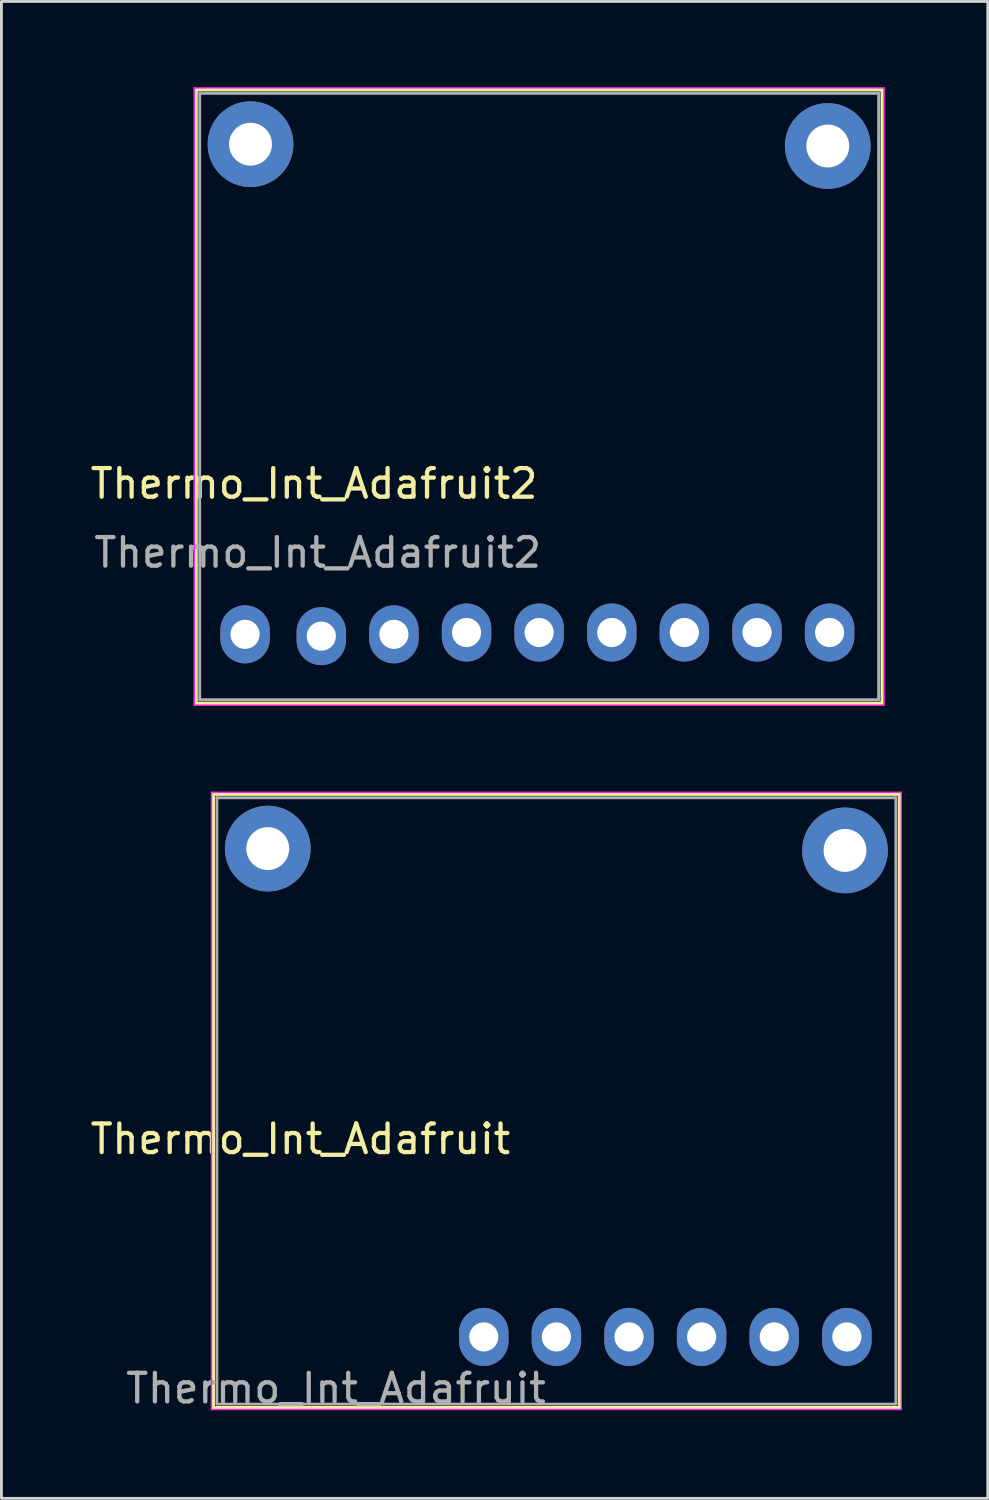
<source format=kicad_pcb>
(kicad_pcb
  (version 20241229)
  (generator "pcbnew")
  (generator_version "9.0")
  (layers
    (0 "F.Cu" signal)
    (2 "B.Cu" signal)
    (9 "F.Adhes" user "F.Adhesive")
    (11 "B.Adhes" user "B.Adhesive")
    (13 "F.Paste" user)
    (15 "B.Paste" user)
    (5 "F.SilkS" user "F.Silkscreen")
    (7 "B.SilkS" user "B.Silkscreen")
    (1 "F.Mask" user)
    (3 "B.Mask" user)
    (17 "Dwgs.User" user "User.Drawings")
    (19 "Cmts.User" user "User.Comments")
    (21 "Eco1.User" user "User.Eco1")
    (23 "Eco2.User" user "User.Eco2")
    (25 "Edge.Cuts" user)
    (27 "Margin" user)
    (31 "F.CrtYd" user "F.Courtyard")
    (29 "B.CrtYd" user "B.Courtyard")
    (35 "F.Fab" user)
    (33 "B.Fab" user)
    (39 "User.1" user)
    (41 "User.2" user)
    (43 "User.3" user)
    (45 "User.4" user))
  (footprint "Thermo_Int_Adafruit2"
    (layer "F.Cu")
    (at 5.649 19.075)
    (property "Reference" "Thermo_Int_Adafruit2" (at 2.286 -5.207 0) (layer "F.SilkS") (effects (font (size 1 1) (thickness 0.15))))
    (attr through_hole)
    (fp_line (start -1.841 -18.986) (end -1.841 2.477) (stroke (width 0.12) (type solid)) (layer "F.SilkS"))
    (fp_line (start -1.841 -18.986) (end 22.162 -18.986) (stroke (width 0.12) (type solid)) (layer "F.SilkS"))
    (fp_line (start 22.162 2.477) (end -1.768 2.477) (stroke (width 0.12) (type solid)) (layer "F.SilkS"))
    (fp_line (start 22.162 2.477) (end 22.162 -18.986) (stroke (width 0.12) (type solid)) (layer "F.SilkS"))
    (fp_line (start -1.905 2.54) (end -1.905 -19.05) (stroke (width 0.05) (type solid)) (layer "F.CrtYd"))
    (fp_line (start -1.905 2.54) (end 22.225 2.54) (stroke (width 0.05) (type solid)) (layer "F.CrtYd"))
    (fp_line (start 22.225 -19.05) (end -1.905 -19.05) (stroke (width 0.05) (type solid)) (layer "F.CrtYd"))
    (fp_line (start 22.225 -19.05) (end 22.225 2.54) (stroke (width 0.05) (type solid)) (layer "F.CrtYd"))
    (fp_line (start -1.714 -18.86) (end -1.714 2.349) (stroke (width 0.1) (type solid)) (layer "F.Fab"))
    (fp_line (start -1.714 -18.86) (end 22.035 -18.86) (stroke (width 0.1) (type solid)) (layer "F.Fab"))
    (fp_line (start 22.035 2.349) (end -1.714 2.349) (stroke (width 0.1) (type solid)) (layer "F.Fab"))
    (fp_line (start 22.035 2.349) (end 22.035 -18.86) (stroke (width 0.1) (type solid)) (layer "F.Fab"))
    (fp_text user "${REFERENCE}" (at 2.413 -2.794 0) (layer "F.Fab") (effects (font (size 1 1) (thickness 0.15))))
    (pad "1" thru_hole oval (at 20.32 0 90) (size 2.03 1.73) (drill 1.02) (layers "*.Cu" "*.Mask"))
    (pad "2" thru_hole oval (at 17.78 0 90) (size 2.03 1.73) (drill 1.02) (layers "*.Cu" "*.Mask"))
    (pad "3" thru_hole oval (at 15.24 0 90) (size 2.03 1.73) (drill 1.02) (layers "*.Cu" "*.Mask"))
    (pad "4" thru_hole oval (at 12.7 0 90) (size 2.03 1.73) (drill 1.02) (layers "*.Cu" "*.Mask"))
    (pad "5" thru_hole oval (at 10.16 0 90) (size 2.03 1.73) (drill 1.02) (layers "*.Cu" "*.Mask"))
    (pad "6" thru_hole oval (at 7.62 0 90) (size 2.03 1.73) (drill 1.02) (layers "*.Cu" "*.Mask"))
    (pad "7" thru_hole oval (at 5.08 0.064 90) (size 2.03 1.73) (drill 1.02) (layers "*.Cu" "*.Mask"))
    (pad "8" thru_hole oval (at 2.54 0.127 90) (size 2.03 1.73) (drill 1.02) (layers "*.Cu" "*.Mask"))
    (pad "9" thru_hole oval (at -0.127 0.064 90) (size 2.03 1.73) (drill 1.02) (layers "*.Cu" "*.Mask"))
    (pad "10" thru_hole circle (at 0.064 -17.081 90) (size 3 3) (drill 1.5) (layers "*.Cu" "*.Mask"))
    (pad "11" thru_hole circle (at 20.256 -17.018 90) (size 3 3) (drill 1.5) (layers "*.Cu" "*.Mask")))
  (footprint "Thermo_Int_Adafruit"
    (layer "F.Cu")
    (at 6.252 43.715)
    (property "Reference" "Thermo_Int_Adafruit" (at 1.206 -6.921 0) (layer "F.SilkS") (effects (font (size 1 1) (thickness 0.15))))
    (attr through_hole)
    (fp_line (start -1.841 -18.986) (end -1.841 2.477) (stroke (width 0.12) (type solid)) (layer "F.SilkS"))
    (fp_line (start -1.841 -18.986) (end 22.162 -18.986) (stroke (width 0.12) (type solid)) (layer "F.SilkS"))
    (fp_line (start 22.162 2.477) (end -1.768 2.477) (stroke (width 0.12) (type solid)) (layer "F.SilkS"))
    (fp_line (start 22.162 2.477) (end 22.162 -18.986) (stroke (width 0.12) (type solid)) (layer "F.SilkS"))
    (fp_line (start -1.905 2.54) (end -1.905 -19.05) (stroke (width 0.05) (type solid)) (layer "F.CrtYd"))
    (fp_line (start -1.905 2.54) (end 22.225 2.54) (stroke (width 0.05) (type solid)) (layer "F.CrtYd"))
    (fp_line (start 22.225 -19.05) (end -1.905 -19.05) (stroke (width 0.05) (type solid)) (layer "F.CrtYd"))
    (fp_line (start 22.225 -19.05) (end 22.225 2.54) (stroke (width 0.05) (type solid)) (layer "F.CrtYd"))
    (fp_line (start -1.714 -18.86) (end -1.714 2.349) (stroke (width 0.1) (type solid)) (layer "F.Fab"))
    (fp_line (start -1.714 -18.86) (end 22.035 -18.86) (stroke (width 0.1) (type solid)) (layer "F.Fab"))
    (fp_line (start 22.035 2.349) (end -1.714 2.349) (stroke (width 0.1) (type solid)) (layer "F.Fab"))
    (fp_line (start 22.035 2.349) (end 22.035 -18.86) (stroke (width 0.1) (type solid)) (layer "F.Fab"))
    (fp_text user "${REFERENCE}" (at 2.45 1.8 0) (layer "F.Fab") (effects (font (size 1 1) (thickness 0.15))))
    (pad "1" thru_hole oval (at 20.32 0 90) (size 2.03 1.73) (drill 1.02) (layers "*.Cu" "*.Mask"))
    (pad "2" thru_hole oval (at 17.78 0 90) (size 2.03 1.73) (drill 1.02) (layers "*.Cu" "*.Mask"))
    (pad "3" thru_hole oval (at 15.24 0 90) (size 2.03 1.73) (drill 1.02) (layers "*.Cu" "*.Mask"))
    (pad "4" thru_hole oval (at 12.7 0 90) (size 2.03 1.73) (drill 1.02) (layers "*.Cu" "*.Mask"))
    (pad "5" thru_hole oval (at 10.16 0 90) (size 2.03 1.73) (drill 1.02) (layers "*.Cu" "*.Mask"))
    (pad "6" thru_hole oval (at 7.62 0 90) (size 2.03 1.73) (drill 1.02) (layers "*.Cu" "*.Mask"))
    (pad "10" thru_hole circle (at 0.064 -17.081 90) (size 3 3) (drill 1.5) (layers "*.Cu" "*.Mask"))
    (pad "11" thru_hole circle (at 20.256 -17.018 90) (size 3 3) (drill 1.5) (layers "*.Cu" "*.Mask")))
  (gr_rect
    (start -3 -3)
    (end 31.502 49.363)
    (stroke (width 0.1) (type default))
    (fill no)
    (layer "Edge.Cuts")))
</source>
